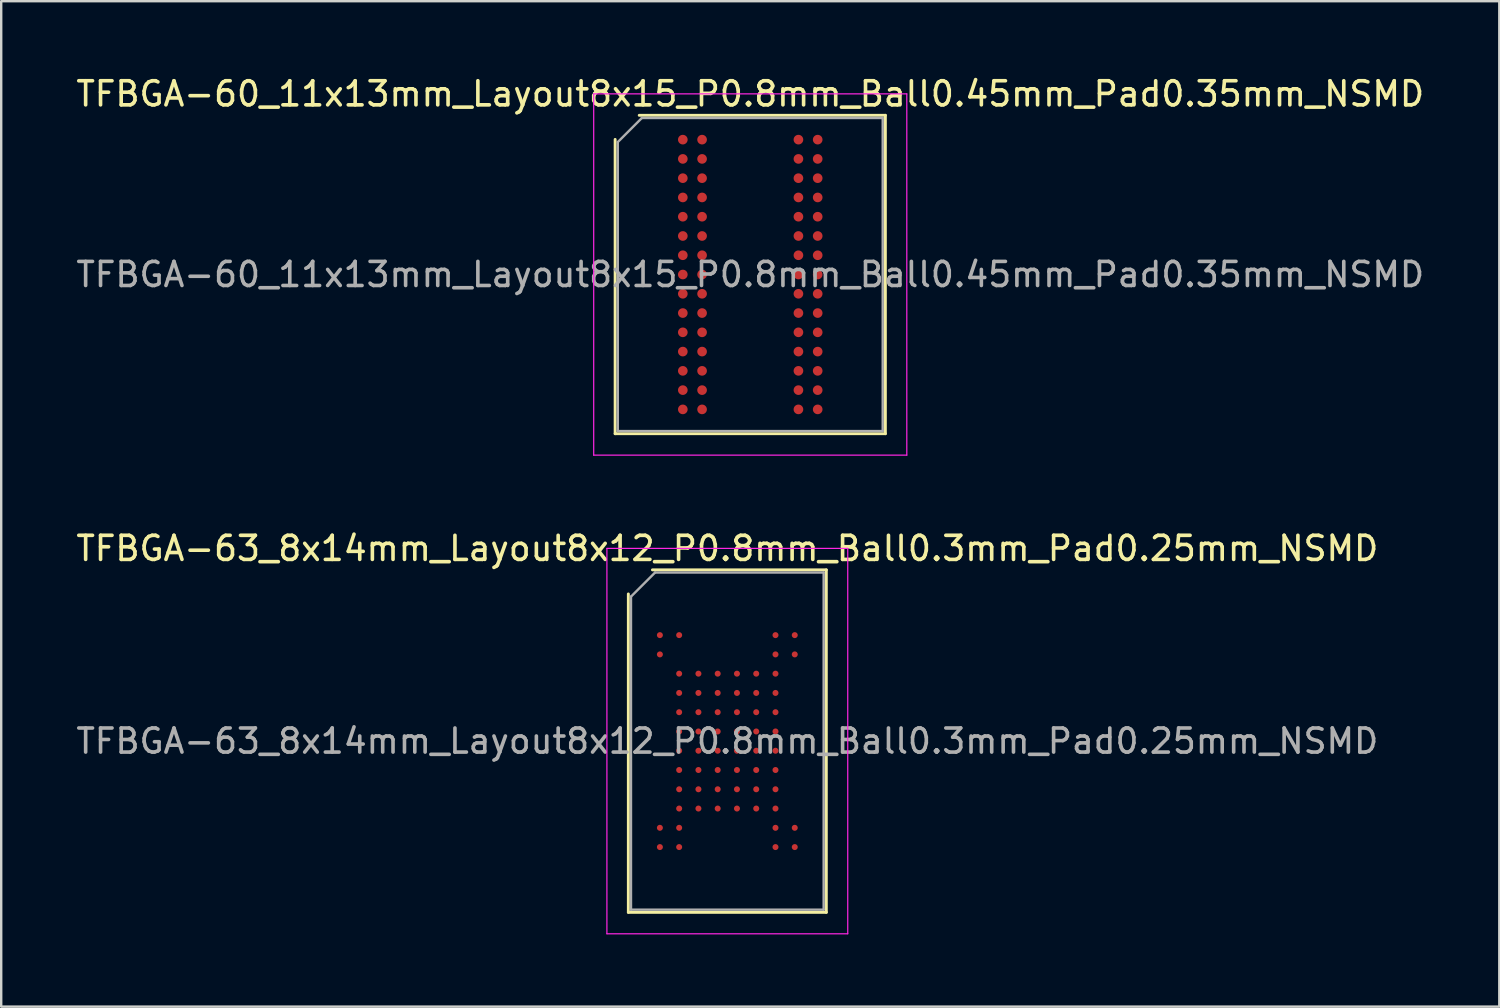
<source format=kicad_pcb>
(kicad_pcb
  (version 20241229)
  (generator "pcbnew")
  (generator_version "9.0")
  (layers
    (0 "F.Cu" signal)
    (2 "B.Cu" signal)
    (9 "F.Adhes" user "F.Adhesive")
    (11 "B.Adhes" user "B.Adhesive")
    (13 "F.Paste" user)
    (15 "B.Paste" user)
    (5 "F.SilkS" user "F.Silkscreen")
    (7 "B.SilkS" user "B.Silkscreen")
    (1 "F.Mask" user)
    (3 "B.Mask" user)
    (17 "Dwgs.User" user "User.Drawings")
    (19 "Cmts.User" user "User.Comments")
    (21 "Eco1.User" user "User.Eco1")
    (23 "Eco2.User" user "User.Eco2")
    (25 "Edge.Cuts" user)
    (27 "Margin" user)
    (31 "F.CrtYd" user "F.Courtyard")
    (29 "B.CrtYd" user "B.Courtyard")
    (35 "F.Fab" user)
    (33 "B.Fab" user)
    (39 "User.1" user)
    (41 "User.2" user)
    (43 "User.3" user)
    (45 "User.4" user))
  (footprint "TFBGA-60_11x13mm_Layout8x15_P0.8mm_Ball0.45mm_Pad0.35mm_NSMD"
    (layer "F.Cu")
    (at 28.101 8.348)
    (property "Reference" "TFBGA-60_11x13mm_Layout8x15_P0.8mm_Ball0.45mm_Pad0.35mm_NSMD" (at 0 -7.5 0) (layer "F.SilkS") (effects (font (size 1 1) (thickness 0.15))))
    (attr smd)
    (fp_line (start -5.61 6.61) (end -5.61 -5.61) (stroke (width 0.12) (type solid)) (layer "F.SilkS"))
    (fp_line (start -4.61 -6.61) (end 5.61 -6.61) (stroke (width 0.12) (type solid)) (layer "F.SilkS"))
    (fp_line (start 5.61 -6.61) (end 5.61 6.61) (stroke (width 0.12) (type solid)) (layer "F.SilkS"))
    (fp_line (start 5.61 6.61) (end -5.61 6.61) (stroke (width 0.12) (type solid)) (layer "F.SilkS"))
    (fp_line (start -6.5 -7.5) (end -6.5 7.5) (stroke (width 0.05) (type solid)) (layer "F.CrtYd"))
    (fp_line (start -6.5 7.5) (end 6.5 7.5) (stroke (width 0.05) (type solid)) (layer "F.CrtYd"))
    (fp_line (start 6.5 -7.5) (end -6.5 -7.5) (stroke (width 0.05) (type solid)) (layer "F.CrtYd"))
    (fp_line (start 6.5 7.5) (end 6.5 -7.5) (stroke (width 0.05) (type solid)) (layer "F.CrtYd"))
    (fp_line (start -5.5 -5.5) (end -4.5 -6.5) (stroke (width 0.1) (type solid)) (layer "F.Fab"))
    (fp_line (start -5.5 6.5) (end -5.5 -5.5) (stroke (width 0.1) (type solid)) (layer "F.Fab"))
    (fp_line (start -4.5 -6.5) (end 5.5 -6.5) (stroke (width 0.1) (type solid)) (layer "F.Fab"))
    (fp_line (start 5.5 -6.5) (end 5.5 6.5) (stroke (width 0.1) (type solid)) (layer "F.Fab"))
    (fp_line (start 5.5 6.5) (end -5.5 6.5) (stroke (width 0.1) (type solid)) (layer "F.Fab"))
    (fp_text user "${REFERENCE}" (at 0 0 0) (layer "F.Fab") (effects (font (size 1 1) (thickness 0.15))))
    (pad "A1" smd circle (at -2.8 -5.6) (size 0.4 0.4) (layers "F.Cu" "F.Mask" "F.Paste"))
    (pad "A2" smd circle (at -2 -5.6) (size 0.4 0.4) (layers "F.Cu" "F.Mask" "F.Paste"))
    (pad "A7" smd circle (at 2 -5.6) (size 0.4 0.4) (layers "F.Cu" "F.Mask" "F.Paste"))
    (pad "A8" smd circle (at 2.8 -5.6) (size 0.4 0.4) (layers "F.Cu" "F.Mask" "F.Paste"))
    (pad "B1" smd circle (at -2.8 -4.8) (size 0.4 0.4) (layers "F.Cu" "F.Mask" "F.Paste"))
    (pad "B2" smd circle (at -2 -4.8) (size 0.4 0.4) (layers "F.Cu" "F.Mask" "F.Paste"))
    (pad "B7" smd circle (at 2 -4.8) (size 0.4 0.4) (layers "F.Cu" "F.Mask" "F.Paste"))
    (pad "B8" smd circle (at 2.8 -4.8) (size 0.4 0.4) (layers "F.Cu" "F.Mask" "F.Paste"))
    (pad "C1" smd circle (at -2.8 -4) (size 0.4 0.4) (layers "F.Cu" "F.Mask" "F.Paste"))
    (pad "C2" smd circle (at -2 -4) (size 0.4 0.4) (layers "F.Cu" "F.Mask" "F.Paste"))
    (pad "C7" smd circle (at 2 -4) (size 0.4 0.4) (layers "F.Cu" "F.Mask" "F.Paste"))
    (pad "C8" smd circle (at 2.8 -4) (size 0.4 0.4) (layers "F.Cu" "F.Mask" "F.Paste"))
    (pad "D1" smd circle (at -2.8 -3.2) (size 0.4 0.4) (layers "F.Cu" "F.Mask" "F.Paste"))
    (pad "D2" smd circle (at -2 -3.2) (size 0.4 0.4) (layers "F.Cu" "F.Mask" "F.Paste"))
    (pad "D7" smd circle (at 2 -3.2) (size 0.4 0.4) (layers "F.Cu" "F.Mask" "F.Paste"))
    (pad "D8" smd circle (at 2.8 -3.2) (size 0.4 0.4) (layers "F.Cu" "F.Mask" "F.Paste"))
    (pad "E1" smd circle (at -2.8 -2.4) (size 0.4 0.4) (layers "F.Cu" "F.Mask" "F.Paste"))
    (pad "E2" smd circle (at -2 -2.4) (size 0.4 0.4) (layers "F.Cu" "F.Mask" "F.Paste"))
    (pad "E7" smd circle (at 2 -2.4) (size 0.4 0.4) (layers "F.Cu" "F.Mask" "F.Paste"))
    (pad "E8" smd circle (at 2.8 -2.4) (size 0.4 0.4) (layers "F.Cu" "F.Mask" "F.Paste"))
    (pad "F1" smd circle (at -2.8 -1.6) (size 0.4 0.4) (layers "F.Cu" "F.Mask" "F.Paste"))
    (pad "F2" smd circle (at -2 -1.6) (size 0.4 0.4) (layers "F.Cu" "F.Mask" "F.Paste"))
    (pad "F7" smd circle (at 2 -1.6) (size 0.4 0.4) (layers "F.Cu" "F.Mask" "F.Paste"))
    (pad "F8" smd circle (at 2.8 -1.6) (size 0.4 0.4) (layers "F.Cu" "F.Mask" "F.Paste"))
    (pad "G1" smd circle (at -2.8 -0.8) (size 0.4 0.4) (layers "F.Cu" "F.Mask" "F.Paste"))
    (pad "G2" smd circle (at -2 -0.8) (size 0.4 0.4) (layers "F.Cu" "F.Mask" "F.Paste"))
    (pad "G7" smd circle (at 2 -0.8) (size 0.4 0.4) (layers "F.Cu" "F.Mask" "F.Paste"))
    (pad "G8" smd circle (at 2.8 -0.8) (size 0.4 0.4) (layers "F.Cu" "F.Mask" "F.Paste"))
    (pad "H1" smd circle (at -2.8 0) (size 0.4 0.4) (layers "F.Cu" "F.Mask" "F.Paste"))
    (pad "H2" smd circle (at -2 0) (size 0.4 0.4) (layers "F.Cu" "F.Mask" "F.Paste"))
    (pad "H7" smd circle (at 2 0) (size 0.4 0.4) (layers "F.Cu" "F.Mask" "F.Paste"))
    (pad "H8" smd circle (at 2.8 0) (size 0.4 0.4) (layers "F.Cu" "F.Mask" "F.Paste"))
    (pad "J1" smd circle (at -2.8 0.8) (size 0.4 0.4) (layers "F.Cu" "F.Mask" "F.Paste"))
    (pad "J2" smd circle (at -2 0.8) (size 0.4 0.4) (layers "F.Cu" "F.Mask" "F.Paste"))
    (pad "J7" smd circle (at 2 0.8) (size 0.4 0.4) (layers "F.Cu" "F.Mask" "F.Paste"))
    (pad "J8" smd circle (at 2.8 0.8) (size 0.4 0.4) (layers "F.Cu" "F.Mask" "F.Paste"))
    (pad "K1" smd circle (at -2.8 1.6) (size 0.4 0.4) (layers "F.Cu" "F.Mask" "F.Paste"))
    (pad "K2" smd circle (at -2 1.6) (size 0.4 0.4) (layers "F.Cu" "F.Mask" "F.Paste"))
    (pad "K7" smd circle (at 2 1.6) (size 0.4 0.4) (layers "F.Cu" "F.Mask" "F.Paste"))
    (pad "K8" smd circle (at 2.8 1.6) (size 0.4 0.4) (layers "F.Cu" "F.Mask" "F.Paste"))
    (pad "L1" smd circle (at -2.8 2.4) (size 0.4 0.4) (layers "F.Cu" "F.Mask" "F.Paste"))
    (pad "L2" smd circle (at -2 2.4) (size 0.4 0.4) (layers "F.Cu" "F.Mask" "F.Paste"))
    (pad "L7" smd circle (at 2 2.4) (size 0.4 0.4) (layers "F.Cu" "F.Mask" "F.Paste"))
    (pad "L8" smd circle (at 2.8 2.4) (size 0.4 0.4) (layers "F.Cu" "F.Mask" "F.Paste"))
    (pad "M1" smd circle (at -2.8 3.2) (size 0.4 0.4) (layers "F.Cu" "F.Mask" "F.Paste"))
    (pad "M2" smd circle (at -2 3.2) (size 0.4 0.4) (layers "F.Cu" "F.Mask" "F.Paste"))
    (pad "M7" smd circle (at 2 3.2) (size 0.4 0.4) (layers "F.Cu" "F.Mask" "F.Paste"))
    (pad "M8" smd circle (at 2.8 3.2) (size 0.4 0.4) (layers "F.Cu" "F.Mask" "F.Paste"))
    (pad "N1" smd circle (at -2.8 4) (size 0.4 0.4) (layers "F.Cu" "F.Mask" "F.Paste"))
    (pad "N2" smd circle (at -2 4) (size 0.4 0.4) (layers "F.Cu" "F.Mask" "F.Paste"))
    (pad "N7" smd circle (at 2 4) (size 0.4 0.4) (layers "F.Cu" "F.Mask" "F.Paste"))
    (pad "N8" smd circle (at 2.8 4) (size 0.4 0.4) (layers "F.Cu" "F.Mask" "F.Paste"))
    (pad "P1" smd circle (at -2.8 4.8) (size 0.4 0.4) (layers "F.Cu" "F.Mask" "F.Paste"))
    (pad "P2" smd circle (at -2 4.8) (size 0.4 0.4) (layers "F.Cu" "F.Mask" "F.Paste"))
    (pad "P7" smd circle (at 2 4.8) (size 0.4 0.4) (layers "F.Cu" "F.Mask" "F.Paste"))
    (pad "P8" smd circle (at 2.8 4.8) (size 0.4 0.4) (layers "F.Cu" "F.Mask" "F.Paste"))
    (pad "R1" smd circle (at -2.8 5.6) (size 0.4 0.4) (layers "F.Cu" "F.Mask" "F.Paste"))
    (pad "R2" smd circle (at -2 5.6) (size 0.4 0.4) (layers "F.Cu" "F.Mask" "F.Paste"))
    (pad "R7" smd circle (at 2 5.6) (size 0.4 0.4) (layers "F.Cu" "F.Mask" "F.Paste"))
    (pad "R8" smd circle (at 2.8 5.6) (size 0.4 0.4) (layers "F.Cu" "F.Mask" "F.Paste")))
  (footprint "TFBGA-63_8x14mm_Layout8x12_P0.8mm_Ball0.3mm_Pad0.25mm_NSMD"
    (layer "F.Cu")
    (at 27.149 27.721)
    (property "Reference" "TFBGA-63_8x14mm_Layout8x12_P0.8mm_Ball0.3mm_Pad0.25mm_NSMD" (at 0 -8 0) (layer "F.SilkS") (effects (font (size 1 1) (thickness 0.15))))
    (attr smd)
    (fp_line (start -4.11 7.11) (end -4.11 -6.11) (stroke (width 0.12) (type solid)) (layer "F.SilkS"))
    (fp_line (start -3.11 -7.11) (end 4.11 -7.11) (stroke (width 0.12) (type solid)) (layer "F.SilkS"))
    (fp_line (start 4.11 -7.11) (end 4.11 7.11) (stroke (width 0.12) (type solid)) (layer "F.SilkS"))
    (fp_line (start 4.11 7.11) (end -4.11 7.11) (stroke (width 0.12) (type solid)) (layer "F.SilkS"))
    (fp_line (start -5 -8) (end -5 8) (stroke (width 0.05) (type solid)) (layer "F.CrtYd"))
    (fp_line (start -5 8) (end 5 8) (stroke (width 0.05) (type solid)) (layer "F.CrtYd"))
    (fp_line (start 5 -8) (end -5 -8) (stroke (width 0.05) (type solid)) (layer "F.CrtYd"))
    (fp_line (start 5 8) (end 5 -8) (stroke (width 0.05) (type solid)) (layer "F.CrtYd"))
    (fp_line (start -4 -6) (end -3 -7) (stroke (width 0.1) (type solid)) (layer "F.Fab"))
    (fp_line (start -4 7) (end -4 -6) (stroke (width 0.1) (type solid)) (layer "F.Fab"))
    (fp_line (start -3 -7) (end 4 -7) (stroke (width 0.1) (type solid)) (layer "F.Fab"))
    (fp_line (start 4 -7) (end 4 7) (stroke (width 0.1) (type solid)) (layer "F.Fab"))
    (fp_line (start 4 7) (end -4 7) (stroke (width 0.1) (type solid)) (layer "F.Fab"))
    (fp_text user "${REFERENCE}" (at 0 0 0) (layer "F.Fab") (effects (font (size 1 1) (thickness 0.15))))
    (pad "A1" smd circle (at -2.8 -4.4) (size 0.25 0.25) (layers "F.Cu" "F.Mask" "F.Paste"))
    (pad "A2" smd circle (at -2 -4.4) (size 0.25 0.25) (layers "F.Cu" "F.Mask" "F.Paste"))
    (pad "A7" smd circle (at 2 -4.4) (size 0.25 0.25) (layers "F.Cu" "F.Mask" "F.Paste"))
    (pad "A8" smd circle (at 2.8 -4.4) (size 0.25 0.25) (layers "F.Cu" "F.Mask" "F.Paste"))
    (pad "B1" smd circle (at -2.8 -3.6) (size 0.25 0.25) (layers "F.Cu" "F.Mask" "F.Paste"))
    (pad "B7" smd circle (at 2 -3.6) (size 0.25 0.25) (layers "F.Cu" "F.Mask" "F.Paste"))
    (pad "B8" smd circle (at 2.8 -3.6) (size 0.25 0.25) (layers "F.Cu" "F.Mask" "F.Paste"))
    (pad "C2" smd circle (at -2 -2.8) (size 0.25 0.25) (layers "F.Cu" "F.Mask" "F.Paste"))
    (pad "C3" smd circle (at -1.2 -2.8) (size 0.25 0.25) (layers "F.Cu" "F.Mask" "F.Paste"))
    (pad "C4" smd circle (at -0.4 -2.8) (size 0.25 0.25) (layers "F.Cu" "F.Mask" "F.Paste"))
    (pad "C5" smd circle (at 0.4 -2.8) (size 0.25 0.25) (layers "F.Cu" "F.Mask" "F.Paste"))
    (pad "C6" smd circle (at 1.2 -2.8) (size 0.25 0.25) (layers "F.Cu" "F.Mask" "F.Paste"))
    (pad "C7" smd circle (at 2 -2.8) (size 0.25 0.25) (layers "F.Cu" "F.Mask" "F.Paste"))
    (pad "D2" smd circle (at -2 -2) (size 0.25 0.25) (layers "F.Cu" "F.Mask" "F.Paste"))
    (pad "D3" smd circle (at -1.2 -2) (size 0.25 0.25) (layers "F.Cu" "F.Mask" "F.Paste"))
    (pad "D4" smd circle (at -0.4 -2) (size 0.25 0.25) (layers "F.Cu" "F.Mask" "F.Paste"))
    (pad "D5" smd circle (at 0.4 -2) (size 0.25 0.25) (layers "F.Cu" "F.Mask" "F.Paste"))
    (pad "D6" smd circle (at 1.2 -2) (size 0.25 0.25) (layers "F.Cu" "F.Mask" "F.Paste"))
    (pad "D7" smd circle (at 2 -2) (size 0.25 0.25) (layers "F.Cu" "F.Mask" "F.Paste"))
    (pad "E2" smd circle (at -2 -1.2) (size 0.25 0.25) (layers "F.Cu" "F.Mask" "F.Paste"))
    (pad "E3" smd circle (at -1.2 -1.2) (size 0.25 0.25) (layers "F.Cu" "F.Mask" "F.Paste"))
    (pad "E4" smd circle (at -0.4 -1.2) (size 0.25 0.25) (layers "F.Cu" "F.Mask" "F.Paste"))
    (pad "E5" smd circle (at 0.4 -1.2) (size 0.25 0.25) (layers "F.Cu" "F.Mask" "F.Paste"))
    (pad "E6" smd circle (at 1.2 -1.2) (size 0.25 0.25) (layers "F.Cu" "F.Mask" "F.Paste"))
    (pad "E7" smd circle (at 2 -1.2) (size 0.25 0.25) (layers "F.Cu" "F.Mask" "F.Paste"))
    (pad "F2" smd circle (at -2 -0.4) (size 0.25 0.25) (layers "F.Cu" "F.Mask" "F.Paste"))
    (pad "F3" smd circle (at -1.2 -0.4) (size 0.25 0.25) (layers "F.Cu" "F.Mask" "F.Paste"))
    (pad "F4" smd circle (at -0.4 -0.4) (size 0.25 0.25) (layers "F.Cu" "F.Mask" "F.Paste"))
    (pad "F5" smd circle (at 0.4 -0.4) (size 0.25 0.25) (layers "F.Cu" "F.Mask" "F.Paste"))
    (pad "F6" smd circle (at 1.2 -0.4) (size 0.25 0.25) (layers "F.Cu" "F.Mask" "F.Paste"))
    (pad "F7" smd circle (at 2 -0.4) (size 0.25 0.25) (layers "F.Cu" "F.Mask" "F.Paste"))
    (pad "G2" smd circle (at -2 0.4) (size 0.25 0.25) (layers "F.Cu" "F.Mask" "F.Paste"))
    (pad "G3" smd circle (at -1.2 0.4) (size 0.25 0.25) (layers "F.Cu" "F.Mask" "F.Paste"))
    (pad "G4" smd circle (at -0.4 0.4) (size 0.25 0.25) (layers "F.Cu" "F.Mask" "F.Paste"))
    (pad "G5" smd circle (at 0.4 0.4) (size 0.25 0.25) (layers "F.Cu" "F.Mask" "F.Paste"))
    (pad "G6" smd circle (at 1.2 0.4) (size 0.25 0.25) (layers "F.Cu" "F.Mask" "F.Paste"))
    (pad "G7" smd circle (at 2 0.4) (size 0.25 0.25) (layers "F.Cu" "F.Mask" "F.Paste"))
    (pad "H2" smd circle (at -2 1.2) (size 0.25 0.25) (layers "F.Cu" "F.Mask" "F.Paste"))
    (pad "H3" smd circle (at -1.2 1.2) (size 0.25 0.25) (layers "F.Cu" "F.Mask" "F.Paste"))
    (pad "H4" smd circle (at -0.4 1.2) (size 0.25 0.25) (layers "F.Cu" "F.Mask" "F.Paste"))
    (pad "H5" smd circle (at 0.4 1.2) (size 0.25 0.25) (layers "F.Cu" "F.Mask" "F.Paste"))
    (pad "H6" smd circle (at 1.2 1.2) (size 0.25 0.25) (layers "F.Cu" "F.Mask" "F.Paste"))
    (pad "H7" smd circle (at 2 1.2) (size 0.25 0.25) (layers "F.Cu" "F.Mask" "F.Paste"))
    (pad "J2" smd circle (at -2 2) (size 0.25 0.25) (layers "F.Cu" "F.Mask" "F.Paste"))
    (pad "J3" smd circle (at -1.2 2) (size 0.25 0.25) (layers "F.Cu" "F.Mask" "F.Paste"))
    (pad "J4" smd circle (at -0.4 2) (size 0.25 0.25) (layers "F.Cu" "F.Mask" "F.Paste"))
    (pad "J5" smd circle (at 0.4 2) (size 0.25 0.25) (layers "F.Cu" "F.Mask" "F.Paste"))
    (pad "J6" smd circle (at 1.2 2) (size 0.25 0.25) (layers "F.Cu" "F.Mask" "F.Paste"))
    (pad "J7" smd circle (at 2 2) (size 0.25 0.25) (layers "F.Cu" "F.Mask" "F.Paste"))
    (pad "K2" smd circle (at -2 2.8) (size 0.25 0.25) (layers "F.Cu" "F.Mask" "F.Paste"))
    (pad "K3" smd circle (at -1.2 2.8) (size 0.25 0.25) (layers "F.Cu" "F.Mask" "F.Paste"))
    (pad "K4" smd circle (at -0.4 2.8) (size 0.25 0.25) (layers "F.Cu" "F.Mask" "F.Paste"))
    (pad "K5" smd circle (at 0.4 2.8) (size 0.25 0.25) (layers "F.Cu" "F.Mask" "F.Paste"))
    (pad "K6" smd circle (at 1.2 2.8) (size 0.25 0.25) (layers "F.Cu" "F.Mask" "F.Paste"))
    (pad "K7" smd circle (at 2 2.8) (size 0.25 0.25) (layers "F.Cu" "F.Mask" "F.Paste"))
    (pad "L1" smd circle (at -2.8 3.6) (size 0.25 0.25) (layers "F.Cu" "F.Mask" "F.Paste"))
    (pad "L2" smd circle (at -2 3.6) (size 0.25 0.25) (layers "F.Cu" "F.Mask" "F.Paste"))
    (pad "L7" smd circle (at 2 3.6) (size 0.25 0.25) (layers "F.Cu" "F.Mask" "F.Paste"))
    (pad "L8" smd circle (at 2.8 3.6) (size 0.25 0.25) (layers "F.Cu" "F.Mask" "F.Paste"))
    (pad "M1" smd circle (at -2.8 4.4) (size 0.25 0.25) (layers "F.Cu" "F.Mask" "F.Paste"))
    (pad "M2" smd circle (at -2 4.4) (size 0.25 0.25) (layers "F.Cu" "F.Mask" "F.Paste"))
    (pad "M7" smd circle (at 2 4.4) (size 0.25 0.25) (layers "F.Cu" "F.Mask" "F.Paste"))
    (pad "M8" smd circle (at 2.8 4.4) (size 0.25 0.25) (layers "F.Cu" "F.Mask" "F.Paste")))
  (gr_rect
    (start -3 -3)
    (end 59.202 38.746)
    (stroke (width 0.1) (type default))
    (fill no)
    (layer "Edge.Cuts")))
</source>
